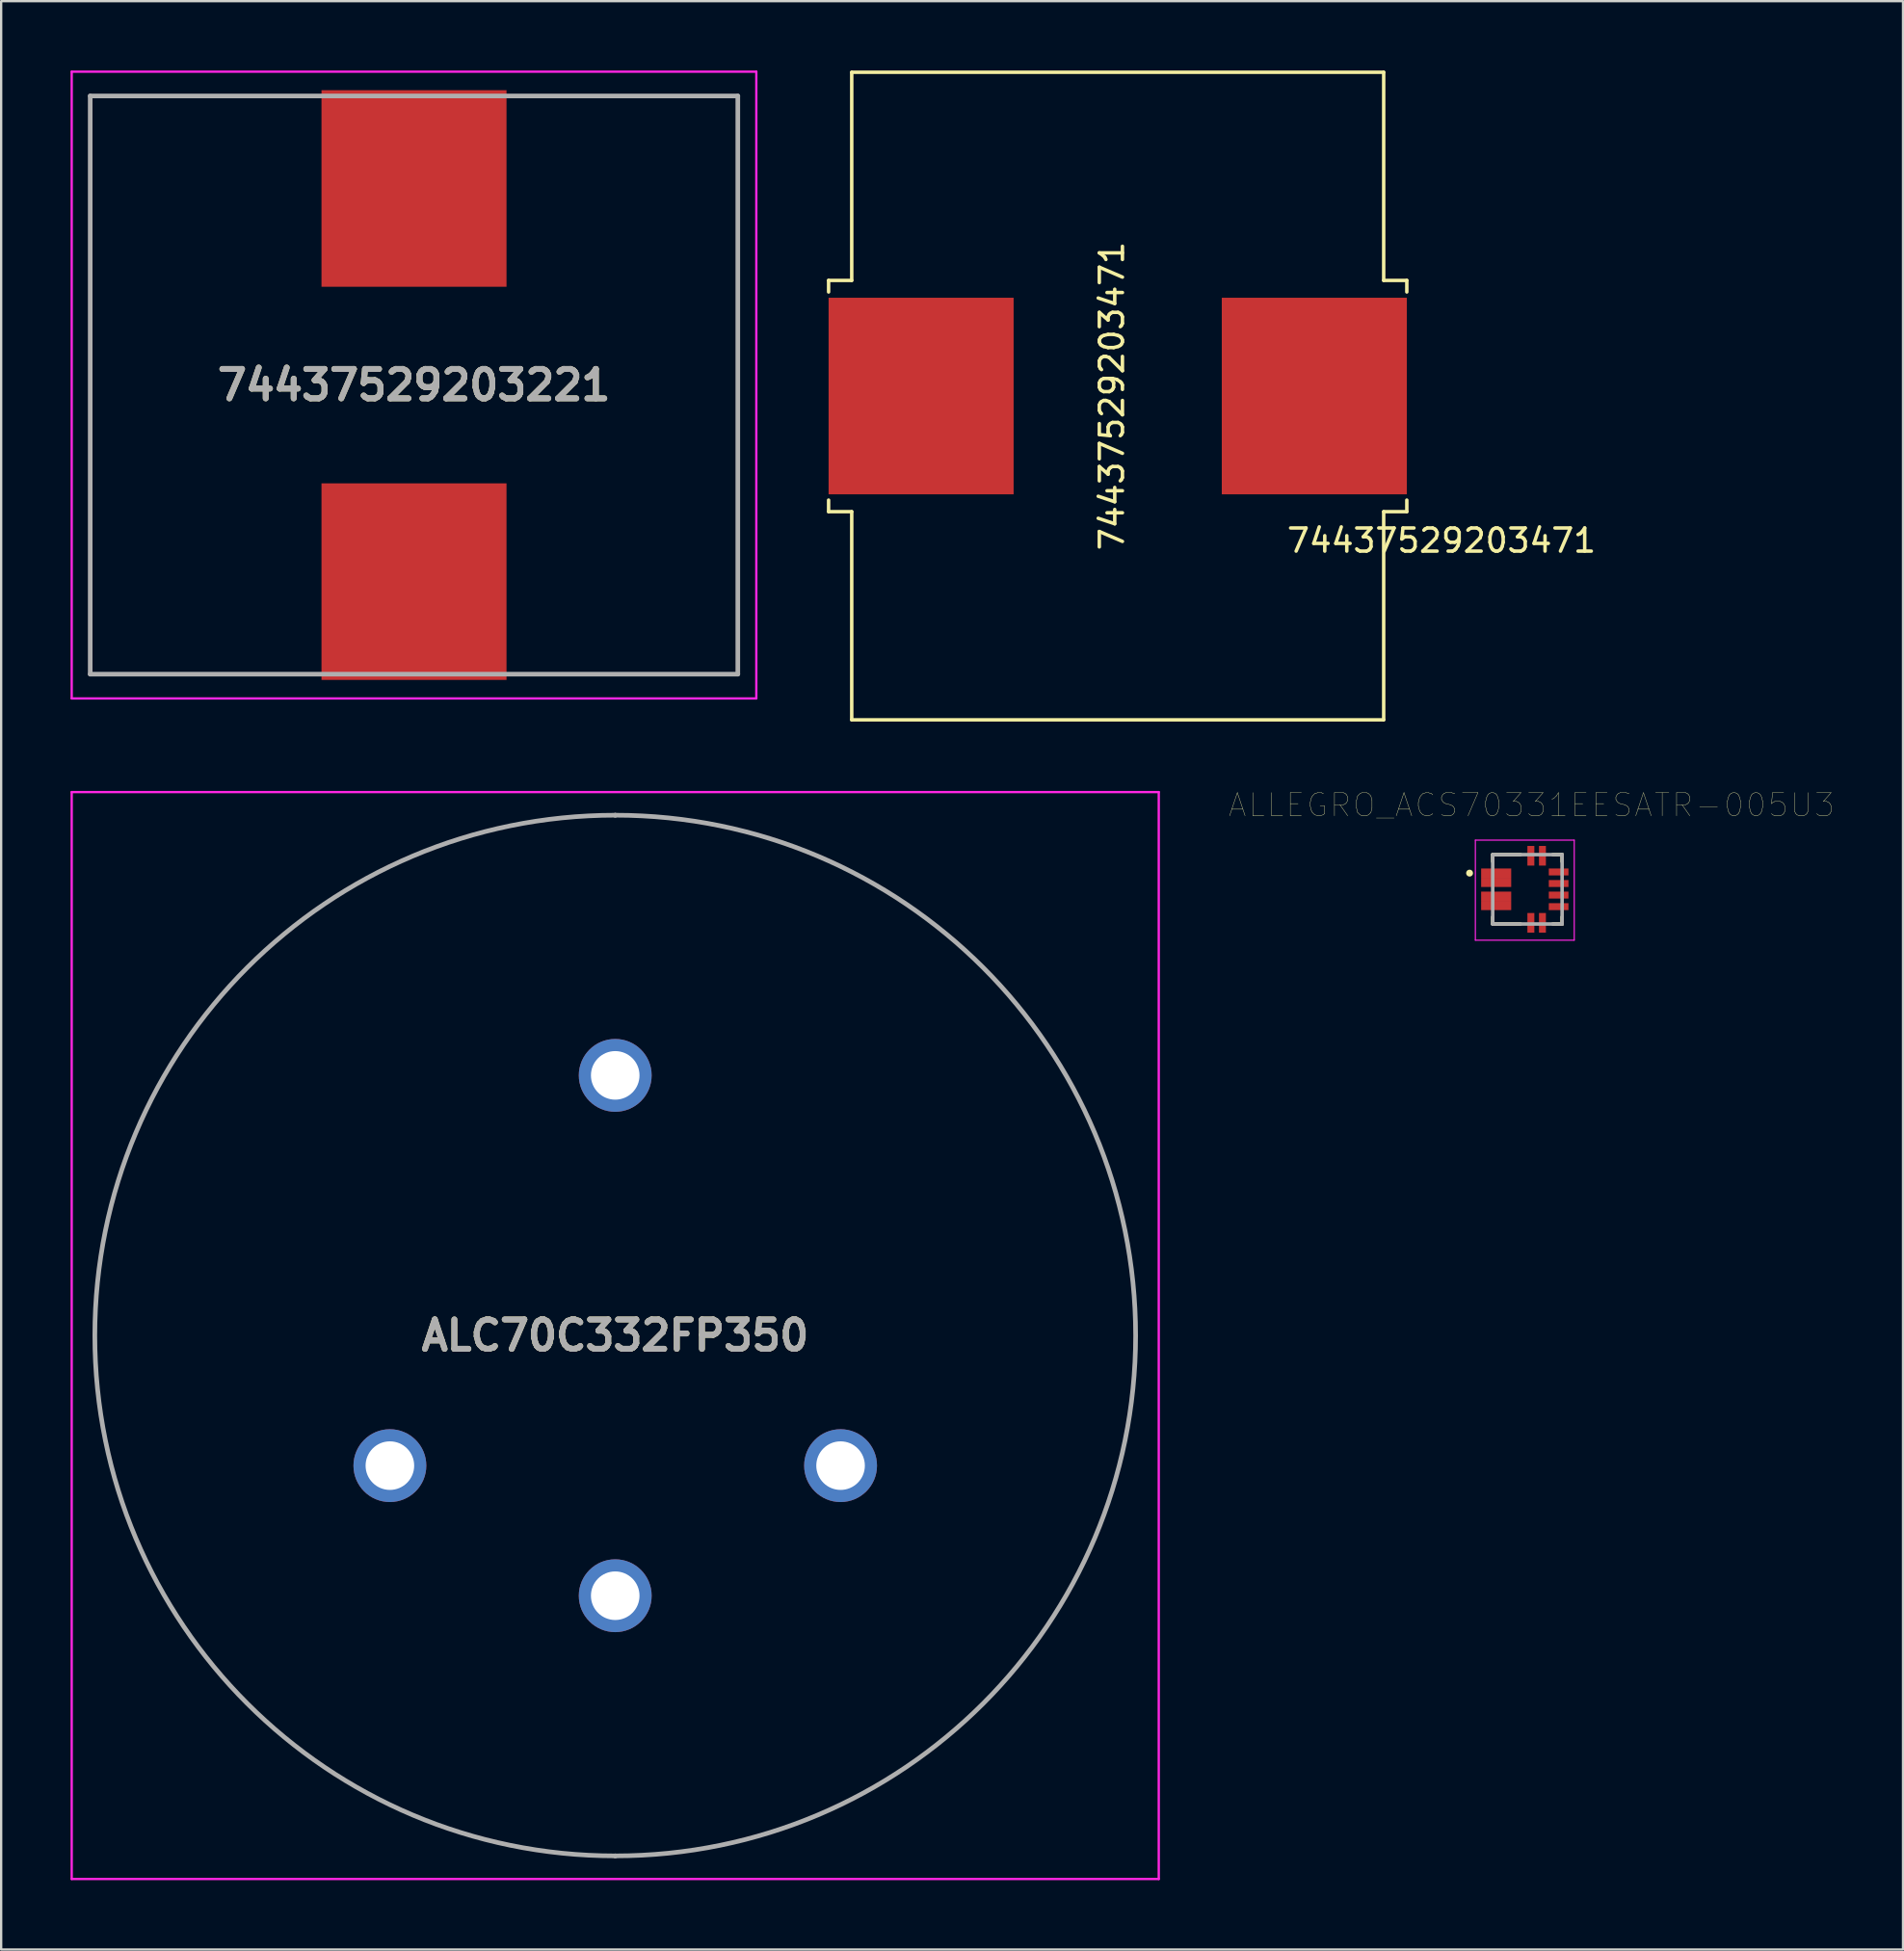
<source format=kicad_pcb>
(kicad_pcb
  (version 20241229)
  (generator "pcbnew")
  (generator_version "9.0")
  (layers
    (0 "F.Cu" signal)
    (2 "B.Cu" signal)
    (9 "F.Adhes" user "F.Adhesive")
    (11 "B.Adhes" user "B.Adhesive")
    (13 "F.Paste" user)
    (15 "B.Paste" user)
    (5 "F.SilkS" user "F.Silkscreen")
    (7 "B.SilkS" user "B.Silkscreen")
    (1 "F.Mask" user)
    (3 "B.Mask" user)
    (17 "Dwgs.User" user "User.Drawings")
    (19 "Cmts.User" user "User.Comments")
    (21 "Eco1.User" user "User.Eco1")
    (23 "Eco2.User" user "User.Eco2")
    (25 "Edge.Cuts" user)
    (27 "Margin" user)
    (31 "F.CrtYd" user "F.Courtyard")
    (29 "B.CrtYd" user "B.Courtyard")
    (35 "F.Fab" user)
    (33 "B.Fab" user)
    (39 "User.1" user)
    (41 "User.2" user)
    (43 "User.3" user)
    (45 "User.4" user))
  (footprint "ALC70C332FP350"
    (layer "F.Cu")
    (at 23.55 54.7)
    (property "Reference" "ALC70C332FP350" (at 0 0 0) (layer "F.SilkS") (effects (font (size 1.27 1.27) (thickness 0.254))))
    (attr through_hole)
    (fp_line (start -22.5 0) (end -22.5 0) (stroke (width 0.1) (type solid)) (layer "F.SilkS"))
    (fp_line (start 22.5 0) (end 22.5 0) (stroke (width 0.1) (type solid)) (layer "F.SilkS"))
    (fp_arc (start -22.5 0) (mid 0 -22.5) (end 22.5 0) (stroke (width 0.1) (type solid)) (layer "F.SilkS"))
    (fp_arc (start 22.5 0) (mid 0 22.5) (end -22.5 0) (stroke (width 0.1) (type solid)) (layer "F.SilkS"))
    (fp_line (start -23.5 -23.5) (end 23.5 -23.5) (stroke (width 0.1) (type solid)) (layer "F.CrtYd"))
    (fp_line (start -23.5 23.5) (end -23.5 -23.5) (stroke (width 0.1) (type solid)) (layer "F.CrtYd"))
    (fp_line (start 23.5 -23.5) (end 23.5 23.5) (stroke (width 0.1) (type solid)) (layer "F.CrtYd"))
    (fp_line (start 23.5 23.5) (end -23.5 23.5) (stroke (width 0.1) (type solid)) (layer "F.CrtYd"))
    (fp_line (start 0 -22.5) (end 0 -22.5) (stroke (width 0.2) (type solid)) (layer "F.Fab"))
    (fp_line (start 0 22.5) (end 0 22.5) (stroke (width 0.2) (type solid)) (layer "F.Fab"))
    (fp_arc (start 0 -22.5) (mid 22.5 0) (end 0 22.5) (stroke (width 0.2) (type solid)) (layer "F.Fab"))
    (fp_arc (start 0 22.5) (mid -22.5 0) (end 0 -22.5) (stroke (width 0.2) (type solid)) (layer "F.Fab"))
    (fp_text user "${REFERENCE}" (at 0 0 0) (layer "F.Fab") (effects (font (size 1.27 1.27) (thickness 0.254))))
    (pad "1" thru_hole circle (at 0 11.25) (size 3.15 3.15) (drill 2.1) (layers "*.Cu" "*.Mask"))
    (pad "2" thru_hole circle (at 0 -11.25) (size 3.15 3.15) (drill 2.1) (layers "*.Cu" "*.Mask"))
    (pad "3" thru_hole circle (at -9.743 5.625) (size 3.15 3.15) (drill 2.1) (layers "*.Cu" "*.Mask"))
    (pad "4" thru_hole circle (at 9.743 5.625) (size 3.15 3.15) (drill 2.1) (layers "*.Cu" "*.Mask")))
  (footprint "74437529203221"
    (layer "F.Cu")
    (at 14.85 13.6)
    (property "Reference" "74437529203221" (at 0 0 0) (layer "F.SilkS") (effects (font (size 1.27 1.27) (thickness 0.254))))
    (attr smd)
    (fp_line (start -14 -12.5) (end -14 12.5) (stroke (width 0.1) (type solid)) (layer "F.SilkS"))
    (fp_line (start -14 12.5) (end -5 12.5) (stroke (width 0.1) (type solid)) (layer "F.SilkS"))
    (fp_line (start -5 -12.5) (end -14 -12.5) (stroke (width 0.1) (type solid)) (layer "F.SilkS"))
    (fp_line (start 5 12.5) (end 14 12.5) (stroke (width 0.1) (type solid)) (layer "F.SilkS"))
    (fp_line (start 14 -12.5) (end 5 -12.5) (stroke (width 0.1) (type solid)) (layer "F.SilkS"))
    (fp_line (start 14 12.5) (end 14 -12.5) (stroke (width 0.1) (type solid)) (layer "F.SilkS"))
    (fp_line (start -14.8 -13.55) (end 14.8 -13.55) (stroke (width 0.1) (type solid)) (layer "F.CrtYd"))
    (fp_line (start -14.8 13.55) (end -14.8 -13.55) (stroke (width 0.1) (type solid)) (layer "F.CrtYd"))
    (fp_line (start 14.8 -13.55) (end 14.8 13.55) (stroke (width 0.1) (type solid)) (layer "F.CrtYd"))
    (fp_line (start 14.8 13.55) (end -14.8 13.55) (stroke (width 0.1) (type solid)) (layer "F.CrtYd"))
    (fp_line (start -14 -12.5) (end 14 -12.5) (stroke (width 0.2) (type solid)) (layer "F.Fab"))
    (fp_line (start -14 12.5) (end -14 -12.5) (stroke (width 0.2) (type solid)) (layer "F.Fab"))
    (fp_line (start 14 -12.5) (end 14 12.5) (stroke (width 0.2) (type solid)) (layer "F.Fab"))
    (fp_line (start 14 12.5) (end -14 12.5) (stroke (width 0.2) (type solid)) (layer "F.Fab"))
    (fp_text user "${REFERENCE}" (at 0 0 0) (layer "F.Fab") (effects (font (size 1.27 1.27) (thickness 0.254))))
    (pad "1" smd rect (at 0 -8.5) (size 8 8.5) (layers "F.Cu" "F.Mask" "F.Paste"))
    (pad "2" smd rect (at 0 8.5) (size 8 8.5) (layers "F.Cu" "F.Mask" "F.Paste")))
  (footprint "74437529203471"
    (layer "F.Cu")
    (at 36.775 14.075)
    (property "Reference" "74437529203471" (at 22.5 6.25 0) (layer "F.SilkS") (effects (font (size 1 1) (thickness 0.15))))
    (attr through_hole)
    (fp_line (start -4 -5) (end -3 -5) (stroke (width 0.15) (type solid)) (layer "F.SilkS"))
    (fp_line (start -4 -4.5) (end -4 -5) (stroke (width 0.15) (type solid)) (layer "F.SilkS"))
    (fp_line (start -4 4.5) (end -4 5) (stroke (width 0.15) (type solid)) (layer "F.SilkS"))
    (fp_line (start -4 5) (end -3 5) (stroke (width 0.15) (type solid)) (layer "F.SilkS"))
    (fp_line (start -3 -14) (end 20 -14) (stroke (width 0.15) (type solid)) (layer "F.SilkS"))
    (fp_line (start -3 -5) (end -3 -14) (stroke (width 0.15) (type solid)) (layer "F.SilkS"))
    (fp_line (start -3 5) (end -3 14) (stroke (width 0.15) (type solid)) (layer "F.SilkS"))
    (fp_line (start -3 14) (end 20 14) (stroke (width 0.15) (type solid)) (layer "F.SilkS"))
    (fp_line (start 20 -5) (end 20 -14) (stroke (width 0.15) (type solid)) (layer "F.SilkS"))
    (fp_line (start 20 14) (end 20 5) (stroke (width 0.15) (type solid)) (layer "F.SilkS"))
    (fp_line (start 21 -5) (end 20 -5) (stroke (width 0.15) (type solid)) (layer "F.SilkS"))
    (fp_line (start 21 -4.5) (end 21 -5) (stroke (width 0.15) (type solid)) (layer "F.SilkS"))
    (fp_line (start 21 4.5) (end 21 5) (stroke (width 0.15) (type solid)) (layer "F.SilkS"))
    (fp_line (start 21 5) (end 20 5) (stroke (width 0.15) (type solid)) (layer "F.SilkS"))
    (fp_text user "74437529203471" (at 8.25 0 90) (layer "F.SilkS") (effects (font (size 1 1) (thickness 0.15))))
    (pad "1" smd rect (at 0 0) (size 8 8.5) (layers "F.Cu" "F.Mask" "F.Paste"))
    (pad "2" smd rect (at 17 0) (size 8 8.5) (layers "F.Cu" "F.Mask" "F.Paste")))
  (footprint "ALLEGRO_ACS70331EESATR-005U3"
    (layer "F.Cu")
    (at 62.989 35.404)
    (property "Reference" "ALLEGRO_ACS70331EESATR-005U3" (at 0.175 -3.641 0) (layer "F.SilkS") (effects (font (size 1.002 1.002) (thickness 0.015))))
    (attr through_hole)
    (fp_line (start -1.5 -1.5) (end -0.3 -1.5) (stroke (width 0.152) (type solid)) (layer "F.SilkS"))
    (fp_line (start -1.5 -1.2) (end -1.5 -1.5) (stroke (width 0.152) (type solid)) (layer "F.SilkS"))
    (fp_line (start -1.5 1.2) (end -1.5 1.5) (stroke (width 0.152) (type solid)) (layer "F.SilkS"))
    (fp_line (start -1.5 1.5) (end -0.3 1.5) (stroke (width 0.152) (type solid)) (layer "F.SilkS"))
    (fp_line (start 1.1 -1.5) (end 1.5 -1.5) (stroke (width 0.152) (type solid)) (layer "F.SilkS"))
    (fp_line (start 1.1 1.5) (end 1.5 1.5) (stroke (width 0.152) (type solid)) (layer "F.SilkS"))
    (fp_line (start 1.5 -1.5) (end 1.5 -1.2) (stroke (width 0.152) (type solid)) (layer "F.SilkS"))
    (fp_line (start 1.5 1.5) (end 1.5 1.2) (stroke (width 0.152) (type solid)) (layer "F.SilkS"))
    (fp_circle (center -2.5 -0.7) (end -2.425 -0.7) (stroke (width 0.15) (type solid)) (fill no) (layer "F.SilkS"))
    (fp_line (start -2.25 -2.125) (end 2.025 -2.125) (stroke (width 0.05) (type solid)) (layer "F.CrtYd"))
    (fp_line (start -2.25 2.2) (end -2.25 -2.125) (stroke (width 0.05) (type solid)) (layer "F.CrtYd"))
    (fp_line (start 2.025 -2.125) (end 2.025 2.2) (stroke (width 0.05) (type solid)) (layer "F.CrtYd"))
    (fp_line (start 2.025 2.2) (end -2.25 2.2) (stroke (width 0.05) (type solid)) (layer "F.CrtYd"))
    (fp_line (start -1.5 -1.5) (end 1.5 -1.5) (stroke (width 0.152) (type solid)) (layer "F.Fab"))
    (fp_line (start -1.5 1.5) (end -1.5 -1.5) (stroke (width 0.152) (type solid)) (layer "F.Fab"))
    (fp_line (start 1.5 -1.5) (end 1.5 1.5) (stroke (width 0.152) (type solid)) (layer "F.Fab"))
    (fp_line (start 1.5 1.5) (end -1.5 1.5) (stroke (width 0.152) (type solid)) (layer "F.Fab"))
    (pad "1" smd rect (at -1.35 -0.7) (size 1.3 0.4) (layers "F.Cu" "F.Mask" "F.Paste"))
    (pad "2" smd rect (at -1.35 -0.3) (size 1.3 0.4) (layers "F.Cu" "F.Mask" "F.Paste"))
    (pad "3" smd rect (at -1.35 0.3) (size 1.3 0.4) (layers "F.Cu" "F.Mask" "F.Paste"))
    (pad "4" smd rect (at -1.35 0.7) (size 1.3 0.4) (layers "F.Cu" "F.Mask" "F.Paste"))
    (pad "5" smd rect (at 0.15 1.45) (size 0.3 0.85) (layers "F.Cu" "F.Mask" "F.Paste"))
    (pad "6" smd rect (at 0.65 1.45) (size 0.3 0.85) (layers "F.Cu" "F.Mask" "F.Paste"))
    (pad "7" smd rect (at 1.35 0.75) (size 0.85 0.3) (layers "F.Cu" "F.Mask" "F.Paste"))
    (pad "8" smd rect (at 1.35 0.25) (size 0.85 0.3) (layers "F.Cu" "F.Mask" "F.Paste"))
    (pad "9" smd rect (at 1.35 -0.25) (size 0.85 0.3) (layers "F.Cu" "F.Mask" "F.Paste"))
    (pad "10" smd rect (at 1.35 -0.75) (size 0.85 0.3) (layers "F.Cu" "F.Mask" "F.Paste"))
    (pad "11" smd rect (at 0.65 -1.45) (size 0.3 0.85) (layers "F.Cu" "F.Mask" "F.Paste"))
    (pad "12" smd rect (at 0.15 -1.45) (size 0.3 0.85) (layers "F.Cu" "F.Mask" "F.Paste")))
  (gr_rect
    (start -3 -3)
    (end 79.229 81.25)
    (stroke (width 0.1) (type default))
    (fill no)
    (layer "Edge.Cuts")))
</source>
